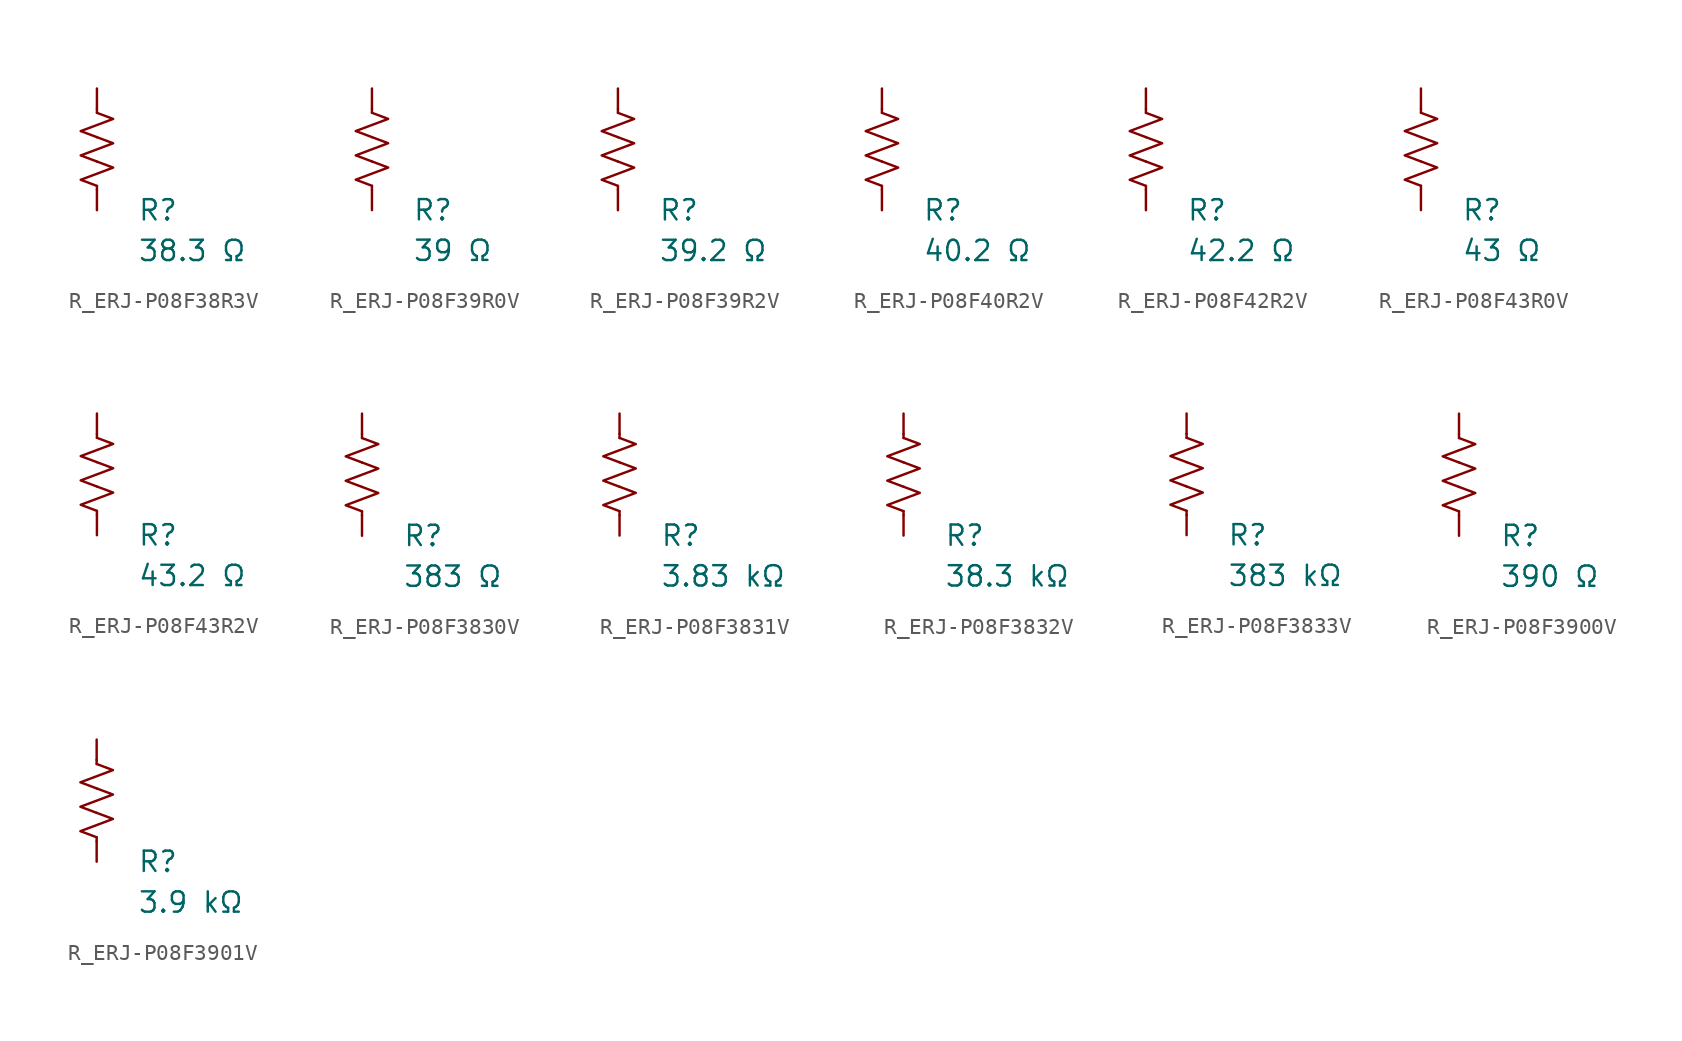
<source format=kicad_sym>
(kicad_symbol_lib
  (version 20231120)
  (generator "kicad_symbol_editor")
  (generator_version "8.0")
  (symbol "R_ERJ-P08F38R3V"
    (pin_numbers hide)
    (pin_names
      (offset 0))
    (property "Reference" "R"
      (at 2.54 -3.81 0)
      (effects (font (size 1.27 1.27)) (justify left))
      (show_name no))
    (property "Value" "38.3 Ω"
      (at 2.54 -6.35 0)
      (effects (font (size 1.27 1.27)) (justify left))
      (show_name no))
    (symbol "R_ERJ-P08F38R3V_0_1"
      (polyline (pts (xy 0 -2.286) (xy 0 -2.54)) (stroke (width 0) (type default)) (fill (type none)))
      (polyline (pts (xy 0 2.286) (xy 0 2.54)) (stroke (width 0) (type default)) (fill (type none)))
      (polyline (pts (xy 0 -0.762) (xy 1.016 -1.143) (xy 0 -1.524) (xy -1.016 -1.905) (xy 0 -2.286)) (stroke (width 0) (type default)) (fill (type none)))
      (polyline (pts (xy 0 0.762) (xy 1.016 0.381) (xy 0 0) (xy -1.016 -0.381) (xy 0 -0.762)) (stroke (width 0) (type default)) (fill (type none)))
      (polyline (pts (xy 0 2.286) (xy 1.016 1.905) (xy 0 1.524) (xy -1.016 1.143) (xy 0 0.762)) (stroke (width 0) (type default)) (fill (type none))))
    (symbol "R_ERJ-P08F38R3V_1_1"
      (pin passive line (at 0 3.81 270) (length 1.27) (name "~" (effects (font (size 1.27 1.27)))) (number "1" (effects (font (size 1.27 1.27)))))
      (pin passive line (at 0 -3.81 90) (length 1.27) (name "~" (effects (font (size 1.27 1.27)))) (number "2" (effects (font (size 1.27 1.27)))))))
  (symbol "R_ERJ-P08F39R0V"
    (pin_numbers hide)
    (pin_names
      (offset 0))
    (property "Reference" "R"
      (at 2.54 -3.81 0)
      (effects (font (size 1.27 1.27)) (justify left))
      (show_name no))
    (property "Value" "39 Ω"
      (at 2.54 -6.35 0)
      (effects (font (size 1.27 1.27)) (justify left))
      (show_name no))
    (symbol "R_ERJ-P08F39R0V_0_1"
      (polyline (pts (xy 0 -2.286) (xy 0 -2.54)) (stroke (width 0) (type default)) (fill (type none)))
      (polyline (pts (xy 0 2.286) (xy 0 2.54)) (stroke (width 0) (type default)) (fill (type none)))
      (polyline (pts (xy 0 -0.762) (xy 1.016 -1.143) (xy 0 -1.524) (xy -1.016 -1.905) (xy 0 -2.286)) (stroke (width 0) (type default)) (fill (type none)))
      (polyline (pts (xy 0 0.762) (xy 1.016 0.381) (xy 0 0) (xy -1.016 -0.381) (xy 0 -0.762)) (stroke (width 0) (type default)) (fill (type none)))
      (polyline (pts (xy 0 2.286) (xy 1.016 1.905) (xy 0 1.524) (xy -1.016 1.143) (xy 0 0.762)) (stroke (width 0) (type default)) (fill (type none))))
    (symbol "R_ERJ-P08F39R0V_1_1"
      (pin passive line (at 0 3.81 270) (length 1.27) (name "~" (effects (font (size 1.27 1.27)))) (number "1" (effects (font (size 1.27 1.27)))))
      (pin passive line (at 0 -3.81 90) (length 1.27) (name "~" (effects (font (size 1.27 1.27)))) (number "2" (effects (font (size 1.27 1.27)))))))
  (symbol "R_ERJ-P08F39R2V"
    (pin_numbers hide)
    (pin_names
      (offset 0))
    (property "Reference" "R"
      (at 2.54 -3.81 0)
      (effects (font (size 1.27 1.27)) (justify left))
      (show_name no))
    (property "Value" "39.2 Ω"
      (at 2.54 -6.35 0)
      (effects (font (size 1.27 1.27)) (justify left))
      (show_name no))
    (symbol "R_ERJ-P08F39R2V_0_1"
      (polyline (pts (xy 0 -2.286) (xy 0 -2.54)) (stroke (width 0) (type default)) (fill (type none)))
      (polyline (pts (xy 0 2.286) (xy 0 2.54)) (stroke (width 0) (type default)) (fill (type none)))
      (polyline (pts (xy 0 -0.762) (xy 1.016 -1.143) (xy 0 -1.524) (xy -1.016 -1.905) (xy 0 -2.286)) (stroke (width 0) (type default)) (fill (type none)))
      (polyline (pts (xy 0 0.762) (xy 1.016 0.381) (xy 0 0) (xy -1.016 -0.381) (xy 0 -0.762)) (stroke (width 0) (type default)) (fill (type none)))
      (polyline (pts (xy 0 2.286) (xy 1.016 1.905) (xy 0 1.524) (xy -1.016 1.143) (xy 0 0.762)) (stroke (width 0) (type default)) (fill (type none))))
    (symbol "R_ERJ-P08F39R2V_1_1"
      (pin passive line (at 0 3.81 270) (length 1.27) (name "~" (effects (font (size 1.27 1.27)))) (number "1" (effects (font (size 1.27 1.27)))))
      (pin passive line (at 0 -3.81 90) (length 1.27) (name "~" (effects (font (size 1.27 1.27)))) (number "2" (effects (font (size 1.27 1.27)))))))
  (symbol "R_ERJ-P08F40R2V"
    (pin_numbers hide)
    (pin_names
      (offset 0))
    (property "Reference" "R"
      (at 2.54 -3.81 0)
      (effects (font (size 1.27 1.27)) (justify left))
      (show_name no))
    (property "Value" "40.2 Ω"
      (at 2.54 -6.35 0)
      (effects (font (size 1.27 1.27)) (justify left))
      (show_name no))
    (symbol "R_ERJ-P08F40R2V_0_1"
      (polyline (pts (xy 0 -2.286) (xy 0 -2.54)) (stroke (width 0) (type default)) (fill (type none)))
      (polyline (pts (xy 0 2.286) (xy 0 2.54)) (stroke (width 0) (type default)) (fill (type none)))
      (polyline (pts (xy 0 -0.762) (xy 1.016 -1.143) (xy 0 -1.524) (xy -1.016 -1.905) (xy 0 -2.286)) (stroke (width 0) (type default)) (fill (type none)))
      (polyline (pts (xy 0 0.762) (xy 1.016 0.381) (xy 0 0) (xy -1.016 -0.381) (xy 0 -0.762)) (stroke (width 0) (type default)) (fill (type none)))
      (polyline (pts (xy 0 2.286) (xy 1.016 1.905) (xy 0 1.524) (xy -1.016 1.143) (xy 0 0.762)) (stroke (width 0) (type default)) (fill (type none))))
    (symbol "R_ERJ-P08F40R2V_1_1"
      (pin passive line (at 0 3.81 270) (length 1.27) (name "~" (effects (font (size 1.27 1.27)))) (number "1" (effects (font (size 1.27 1.27)))))
      (pin passive line (at 0 -3.81 90) (length 1.27) (name "~" (effects (font (size 1.27 1.27)))) (number "2" (effects (font (size 1.27 1.27)))))))
  (symbol "R_ERJ-P08F42R2V"
    (pin_numbers hide)
    (pin_names
      (offset 0))
    (property "Reference" "R"
      (at 2.54 -3.81 0)
      (effects (font (size 1.27 1.27)) (justify left))
      (show_name no))
    (property "Value" "42.2 Ω"
      (at 2.54 -6.35 0)
      (effects (font (size 1.27 1.27)) (justify left))
      (show_name no))
    (symbol "R_ERJ-P08F42R2V_0_1"
      (polyline (pts (xy 0 -2.286) (xy 0 -2.54)) (stroke (width 0) (type default)) (fill (type none)))
      (polyline (pts (xy 0 2.286) (xy 0 2.54)) (stroke (width 0) (type default)) (fill (type none)))
      (polyline (pts (xy 0 -0.762) (xy 1.016 -1.143) (xy 0 -1.524) (xy -1.016 -1.905) (xy 0 -2.286)) (stroke (width 0) (type default)) (fill (type none)))
      (polyline (pts (xy 0 0.762) (xy 1.016 0.381) (xy 0 0) (xy -1.016 -0.381) (xy 0 -0.762)) (stroke (width 0) (type default)) (fill (type none)))
      (polyline (pts (xy 0 2.286) (xy 1.016 1.905) (xy 0 1.524) (xy -1.016 1.143) (xy 0 0.762)) (stroke (width 0) (type default)) (fill (type none))))
    (symbol "R_ERJ-P08F42R2V_1_1"
      (pin passive line (at 0 3.81 270) (length 1.27) (name "~" (effects (font (size 1.27 1.27)))) (number "1" (effects (font (size 1.27 1.27)))))
      (pin passive line (at 0 -3.81 90) (length 1.27) (name "~" (effects (font (size 1.27 1.27)))) (number "2" (effects (font (size 1.27 1.27)))))))
  (symbol "R_ERJ-P08F43R0V"
    (pin_numbers hide)
    (pin_names
      (offset 0))
    (property "Reference" "R"
      (at 2.54 -3.81 0)
      (effects (font (size 1.27 1.27)) (justify left))
      (show_name no))
    (property "Value" "43 Ω"
      (at 2.54 -6.35 0)
      (effects (font (size 1.27 1.27)) (justify left))
      (show_name no))
    (symbol "R_ERJ-P08F43R0V_0_1"
      (polyline (pts (xy 0 -2.286) (xy 0 -2.54)) (stroke (width 0) (type default)) (fill (type none)))
      (polyline (pts (xy 0 2.286) (xy 0 2.54)) (stroke (width 0) (type default)) (fill (type none)))
      (polyline (pts (xy 0 -0.762) (xy 1.016 -1.143) (xy 0 -1.524) (xy -1.016 -1.905) (xy 0 -2.286)) (stroke (width 0) (type default)) (fill (type none)))
      (polyline (pts (xy 0 0.762) (xy 1.016 0.381) (xy 0 0) (xy -1.016 -0.381) (xy 0 -0.762)) (stroke (width 0) (type default)) (fill (type none)))
      (polyline (pts (xy 0 2.286) (xy 1.016 1.905) (xy 0 1.524) (xy -1.016 1.143) (xy 0 0.762)) (stroke (width 0) (type default)) (fill (type none))))
    (symbol "R_ERJ-P08F43R0V_1_1"
      (pin passive line (at 0 3.81 270) (length 1.27) (name "~" (effects (font (size 1.27 1.27)))) (number "1" (effects (font (size 1.27 1.27)))))
      (pin passive line (at 0 -3.81 90) (length 1.27) (name "~" (effects (font (size 1.27 1.27)))) (number "2" (effects (font (size 1.27 1.27)))))))
  (symbol "R_ERJ-P08F43R2V"
    (pin_numbers hide)
    (pin_names
      (offset 0))
    (property "Reference" "R"
      (at 2.54 -3.81 0)
      (effects (font (size 1.27 1.27)) (justify left))
      (show_name no))
    (property "Value" "43.2 Ω"
      (at 2.54 -6.35 0)
      (effects (font (size 1.27 1.27)) (justify left))
      (show_name no))
    (symbol "R_ERJ-P08F43R2V_0_1"
      (polyline (pts (xy 0 -2.286) (xy 0 -2.54)) (stroke (width 0) (type default)) (fill (type none)))
      (polyline (pts (xy 0 2.286) (xy 0 2.54)) (stroke (width 0) (type default)) (fill (type none)))
      (polyline (pts (xy 0 -0.762) (xy 1.016 -1.143) (xy 0 -1.524) (xy -1.016 -1.905) (xy 0 -2.286)) (stroke (width 0) (type default)) (fill (type none)))
      (polyline (pts (xy 0 0.762) (xy 1.016 0.381) (xy 0 0) (xy -1.016 -0.381) (xy 0 -0.762)) (stroke (width 0) (type default)) (fill (type none)))
      (polyline (pts (xy 0 2.286) (xy 1.016 1.905) (xy 0 1.524) (xy -1.016 1.143) (xy 0 0.762)) (stroke (width 0) (type default)) (fill (type none))))
    (symbol "R_ERJ-P08F43R2V_1_1"
      (pin passive line (at 0 3.81 270) (length 1.27) (name "~" (effects (font (size 1.27 1.27)))) (number "1" (effects (font (size 1.27 1.27)))))
      (pin passive line (at 0 -3.81 90) (length 1.27) (name "~" (effects (font (size 1.27 1.27)))) (number "2" (effects (font (size 1.27 1.27)))))))
  (symbol "R_ERJ-P08F3830V"
    (pin_numbers hide)
    (pin_names
      (offset 0))
    (property "Reference" "R"
      (at 2.54 -3.81 0)
      (effects (font (size 1.27 1.27)) (justify left))
      (show_name no))
    (property "Value" "383 Ω"
      (at 2.54 -6.35 0)
      (effects (font (size 1.27 1.27)) (justify left))
      (show_name no))
    (symbol "R_ERJ-P08F3830V_0_1"
      (polyline (pts (xy 0 -2.286) (xy 0 -2.54)) (stroke (width 0) (type default)) (fill (type none)))
      (polyline (pts (xy 0 2.286) (xy 0 2.54)) (stroke (width 0) (type default)) (fill (type none)))
      (polyline (pts (xy 0 -0.762) (xy 1.016 -1.143) (xy 0 -1.524) (xy -1.016 -1.905) (xy 0 -2.286)) (stroke (width 0) (type default)) (fill (type none)))
      (polyline (pts (xy 0 0.762) (xy 1.016 0.381) (xy 0 0) (xy -1.016 -0.381) (xy 0 -0.762)) (stroke (width 0) (type default)) (fill (type none)))
      (polyline (pts (xy 0 2.286) (xy 1.016 1.905) (xy 0 1.524) (xy -1.016 1.143) (xy 0 0.762)) (stroke (width 0) (type default)) (fill (type none))))
    (symbol "R_ERJ-P08F3830V_1_1"
      (pin passive line (at 0 3.81 270) (length 1.27) (name "~" (effects (font (size 1.27 1.27)))) (number "1" (effects (font (size 1.27 1.27)))))
      (pin passive line (at 0 -3.81 90) (length 1.27) (name "~" (effects (font (size 1.27 1.27)))) (number "2" (effects (font (size 1.27 1.27)))))))
  (symbol "R_ERJ-P08F3831V"
    (pin_numbers hide)
    (pin_names
      (offset 0))
    (property "Reference" "R"
      (at 2.54 -3.81 0)
      (effects (font (size 1.27 1.27)) (justify left))
      (show_name no))
    (property "Value" "3.83 kΩ"
      (at 2.54 -6.35 0)
      (effects (font (size 1.27 1.27)) (justify left))
      (show_name no))
    (symbol "R_ERJ-P08F3831V_0_1"
      (polyline (pts (xy 0 -2.286) (xy 0 -2.54)) (stroke (width 0) (type default)) (fill (type none)))
      (polyline (pts (xy 0 2.286) (xy 0 2.54)) (stroke (width 0) (type default)) (fill (type none)))
      (polyline (pts (xy 0 -0.762) (xy 1.016 -1.143) (xy 0 -1.524) (xy -1.016 -1.905) (xy 0 -2.286)) (stroke (width 0) (type default)) (fill (type none)))
      (polyline (pts (xy 0 0.762) (xy 1.016 0.381) (xy 0 0) (xy -1.016 -0.381) (xy 0 -0.762)) (stroke (width 0) (type default)) (fill (type none)))
      (polyline (pts (xy 0 2.286) (xy 1.016 1.905) (xy 0 1.524) (xy -1.016 1.143) (xy 0 0.762)) (stroke (width 0) (type default)) (fill (type none))))
    (symbol "R_ERJ-P08F3831V_1_1"
      (pin passive line (at 0 3.81 270) (length 1.27) (name "~" (effects (font (size 1.27 1.27)))) (number "1" (effects (font (size 1.27 1.27)))))
      (pin passive line (at 0 -3.81 90) (length 1.27) (name "~" (effects (font (size 1.27 1.27)))) (number "2" (effects (font (size 1.27 1.27)))))))
  (symbol "R_ERJ-P08F3832V"
    (pin_numbers hide)
    (pin_names
      (offset 0))
    (property "Reference" "R"
      (at 2.54 -3.81 0)
      (effects (font (size 1.27 1.27)) (justify left))
      (show_name no))
    (property "Value" "38.3 kΩ"
      (at 2.54 -6.35 0)
      (effects (font (size 1.27 1.27)) (justify left))
      (show_name no))
    (symbol "R_ERJ-P08F3832V_0_1"
      (polyline (pts (xy 0 -2.286) (xy 0 -2.54)) (stroke (width 0) (type default)) (fill (type none)))
      (polyline (pts (xy 0 2.286) (xy 0 2.54)) (stroke (width 0) (type default)) (fill (type none)))
      (polyline (pts (xy 0 -0.762) (xy 1.016 -1.143) (xy 0 -1.524) (xy -1.016 -1.905) (xy 0 -2.286)) (stroke (width 0) (type default)) (fill (type none)))
      (polyline (pts (xy 0 0.762) (xy 1.016 0.381) (xy 0 0) (xy -1.016 -0.381) (xy 0 -0.762)) (stroke (width 0) (type default)) (fill (type none)))
      (polyline (pts (xy 0 2.286) (xy 1.016 1.905) (xy 0 1.524) (xy -1.016 1.143) (xy 0 0.762)) (stroke (width 0) (type default)) (fill (type none))))
    (symbol "R_ERJ-P08F3832V_1_1"
      (pin passive line (at 0 3.81 270) (length 1.27) (name "~" (effects (font (size 1.27 1.27)))) (number "1" (effects (font (size 1.27 1.27)))))
      (pin passive line (at 0 -3.81 90) (length 1.27) (name "~" (effects (font (size 1.27 1.27)))) (number "2" (effects (font (size 1.27 1.27)))))))
  (symbol "R_ERJ-P08F3833V"
    (pin_numbers hide)
    (pin_names
      (offset 0))
    (property "Reference" "R"
      (at 2.54 -3.81 0)
      (effects (font (size 1.27 1.27)) (justify left))
      (show_name no))
    (property "Value" "383 kΩ"
      (at 2.54 -6.35 0)
      (effects (font (size 1.27 1.27)) (justify left))
      (show_name no))
    (symbol "R_ERJ-P08F3833V_0_1"
      (polyline (pts (xy 0 -2.286) (xy 0 -2.54)) (stroke (width 0) (type default)) (fill (type none)))
      (polyline (pts (xy 0 2.286) (xy 0 2.54)) (stroke (width 0) (type default)) (fill (type none)))
      (polyline (pts (xy 0 -0.762) (xy 1.016 -1.143) (xy 0 -1.524) (xy -1.016 -1.905) (xy 0 -2.286)) (stroke (width 0) (type default)) (fill (type none)))
      (polyline (pts (xy 0 0.762) (xy 1.016 0.381) (xy 0 0) (xy -1.016 -0.381) (xy 0 -0.762)) (stroke (width 0) (type default)) (fill (type none)))
      (polyline (pts (xy 0 2.286) (xy 1.016 1.905) (xy 0 1.524) (xy -1.016 1.143) (xy 0 0.762)) (stroke (width 0) (type default)) (fill (type none))))
    (symbol "R_ERJ-P08F3833V_1_1"
      (pin passive line (at 0 3.81 270) (length 1.27) (name "~" (effects (font (size 1.27 1.27)))) (number "1" (effects (font (size 1.27 1.27)))))
      (pin passive line (at 0 -3.81 90) (length 1.27) (name "~" (effects (font (size 1.27 1.27)))) (number "2" (effects (font (size 1.27 1.27)))))))
  (symbol "R_ERJ-P08F3900V"
    (pin_numbers hide)
    (pin_names
      (offset 0))
    (property "Reference" "R"
      (at 2.54 -3.81 0)
      (effects (font (size 1.27 1.27)) (justify left))
      (show_name no))
    (property "Value" "390 Ω"
      (at 2.54 -6.35 0)
      (effects (font (size 1.27 1.27)) (justify left))
      (show_name no))
    (symbol "R_ERJ-P08F3900V_0_1"
      (polyline (pts (xy 0 -2.286) (xy 0 -2.54)) (stroke (width 0) (type default)) (fill (type none)))
      (polyline (pts (xy 0 2.286) (xy 0 2.54)) (stroke (width 0) (type default)) (fill (type none)))
      (polyline (pts (xy 0 -0.762) (xy 1.016 -1.143) (xy 0 -1.524) (xy -1.016 -1.905) (xy 0 -2.286)) (stroke (width 0) (type default)) (fill (type none)))
      (polyline (pts (xy 0 0.762) (xy 1.016 0.381) (xy 0 0) (xy -1.016 -0.381) (xy 0 -0.762)) (stroke (width 0) (type default)) (fill (type none)))
      (polyline (pts (xy 0 2.286) (xy 1.016 1.905) (xy 0 1.524) (xy -1.016 1.143) (xy 0 0.762)) (stroke (width 0) (type default)) (fill (type none))))
    (symbol "R_ERJ-P08F3900V_1_1"
      (pin passive line (at 0 3.81 270) (length 1.27) (name "~" (effects (font (size 1.27 1.27)))) (number "1" (effects (font (size 1.27 1.27)))))
      (pin passive line (at 0 -3.81 90) (length 1.27) (name "~" (effects (font (size 1.27 1.27)))) (number "2" (effects (font (size 1.27 1.27)))))))
  (symbol "R_ERJ-P08F3901V"
    (pin_numbers hide)
    (pin_names
      (offset 0))
    (property "Reference" "R"
      (at 2.54 -3.81 0)
      (effects (font (size 1.27 1.27)) (justify left))
      (show_name no))
    (property "Value" "3.9 kΩ"
      (at 2.54 -6.35 0)
      (effects (font (size 1.27 1.27)) (justify left))
      (show_name no))
    (symbol "R_ERJ-P08F3901V_0_1"
      (polyline (pts (xy 0 -2.286) (xy 0 -2.54)) (stroke (width 0) (type default)) (fill (type none)))
      (polyline (pts (xy 0 2.286) (xy 0 2.54)) (stroke (width 0) (type default)) (fill (type none)))
      (polyline (pts (xy 0 -0.762) (xy 1.016 -1.143) (xy 0 -1.524) (xy -1.016 -1.905) (xy 0 -2.286)) (stroke (width 0) (type default)) (fill (type none)))
      (polyline (pts (xy 0 0.762) (xy 1.016 0.381) (xy 0 0) (xy -1.016 -0.381) (xy 0 -0.762)) (stroke (width 0) (type default)) (fill (type none)))
      (polyline (pts (xy 0 2.286) (xy 1.016 1.905) (xy 0 1.524) (xy -1.016 1.143) (xy 0 0.762)) (stroke (width 0) (type default)) (fill (type none))))
    (symbol "R_ERJ-P08F3901V_1_1"
      (pin passive line (at 0 3.81 270) (length 1.27) (name "~" (effects (font (size 1.27 1.27)))) (number "1" (effects (font (size 1.27 1.27)))))
      (pin passive line (at 0 -3.81 90) (length 1.27) (name "~" (effects (font (size 1.27 1.27)))) (number "2" (effects (font (size 1.27 1.27))))))))
</source>
